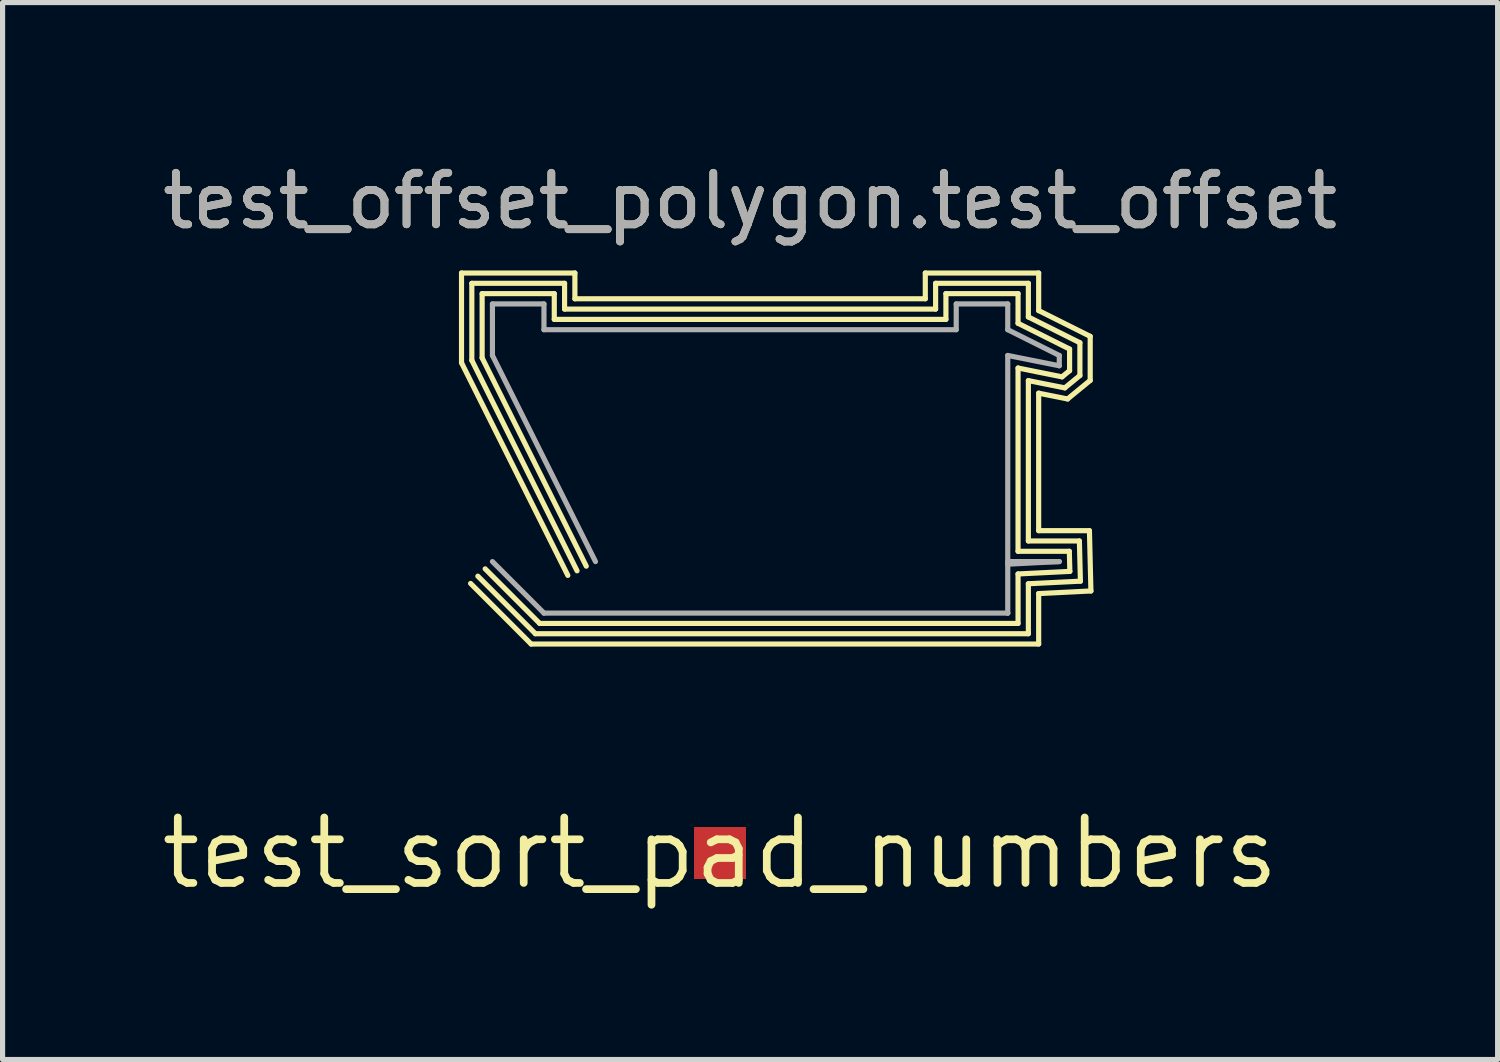
<source format=kicad_pcb>
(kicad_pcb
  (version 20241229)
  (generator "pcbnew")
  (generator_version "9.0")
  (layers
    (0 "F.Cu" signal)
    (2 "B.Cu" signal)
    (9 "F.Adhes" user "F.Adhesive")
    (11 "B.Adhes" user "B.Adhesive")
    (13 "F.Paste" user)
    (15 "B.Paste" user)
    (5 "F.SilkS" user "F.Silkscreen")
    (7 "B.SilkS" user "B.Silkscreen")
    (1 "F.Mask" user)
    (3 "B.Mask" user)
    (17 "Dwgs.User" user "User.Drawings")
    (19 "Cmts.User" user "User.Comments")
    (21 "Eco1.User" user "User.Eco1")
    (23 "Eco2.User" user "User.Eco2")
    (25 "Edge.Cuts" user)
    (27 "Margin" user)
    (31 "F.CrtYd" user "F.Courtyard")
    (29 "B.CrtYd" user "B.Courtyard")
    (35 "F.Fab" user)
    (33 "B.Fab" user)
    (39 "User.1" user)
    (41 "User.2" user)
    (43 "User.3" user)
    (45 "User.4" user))
  (footprint "test_offset_polygon.test_offset"
    (layer "F.Cu")
    (at 11.506 5.848)
    (property "Reference" "test_offset_polygon.test_offset" (at 0 -5 0) (layer "F.SilkS") (effects (font (size 1 1) (thickness 0.15))))
    (attr smd)
    (fp_line (start -5.6 -3.6) (end -3.4 -3.6) (stroke (width 0.1) (type solid)) (layer "F.SilkS"))
    (fp_line (start -5.6 -1.858) (end -5.6 -3.6) (stroke (width 0.1) (type solid)) (layer "F.SilkS"))
    (fp_line (start -5.4 -3.4) (end -3.6 -3.4) (stroke (width 0.1) (type solid)) (layer "F.SilkS"))
    (fp_line (start -5.4 -1.906) (end -5.4 -3.4) (stroke (width 0.1) (type solid)) (layer "F.SilkS"))
    (fp_line (start -5.2 -3.2) (end -3.8 -3.2) (stroke (width 0.1) (type solid)) (layer "F.SilkS"))
    (fp_line (start -5.2 -1.953) (end -5.2 -3.2) (stroke (width 0.1) (type solid)) (layer "F.SilkS"))
    (fp_line (start -4.249 3.6) (end -5.424 2.424) (stroke (width 0.1) (type solid)) (layer "F.SilkS"))
    (fp_line (start -4.166 3.4) (end -5.283 2.283) (stroke (width 0.1) (type solid)) (layer "F.SilkS"))
    (fp_line (start -4.083 3.2) (end -5.141 2.141) (stroke (width 0.1) (type solid)) (layer "F.SilkS"))
    (fp_line (start -3.8 -3.2) (end -3.8 -2.7) (stroke (width 0.1) (type solid)) (layer "F.SilkS"))
    (fp_line (start -3.8 -2.7) (end 3.8 -2.7) (stroke (width 0.1) (type solid)) (layer "F.SilkS"))
    (fp_line (start -3.6 -3.4) (end -3.6 -2.9) (stroke (width 0.1) (type solid)) (layer "F.SilkS"))
    (fp_line (start -3.6 -2.9) (end 3.6 -2.9) (stroke (width 0.1) (type solid)) (layer "F.SilkS"))
    (fp_line (start -3.537 2.268) (end -5.6 -1.858) (stroke (width 0.1) (type solid)) (layer "F.SilkS"))
    (fp_line (start -3.4 -3.6) (end -3.4 -3.1) (stroke (width 0.1) (type solid)) (layer "F.SilkS"))
    (fp_line (start -3.4 -3.1) (end 3.4 -3.1) (stroke (width 0.1) (type solid)) (layer "F.SilkS"))
    (fp_line (start -3.358 2.179) (end -5.4 -1.906) (stroke (width 0.1) (type solid)) (layer "F.SilkS"))
    (fp_line (start -3.179 2.089) (end -5.2 -1.953) (stroke (width 0.1) (type solid)) (layer "F.SilkS"))
    (fp_line (start 3.4 -3.6) (end 5.6 -3.6) (stroke (width 0.1) (type solid)) (layer "F.SilkS"))
    (fp_line (start 3.4 -3.1) (end 3.4 -3.6) (stroke (width 0.1) (type solid)) (layer "F.SilkS"))
    (fp_line (start 3.6 -3.4) (end 5.4 -3.4) (stroke (width 0.1) (type solid)) (layer "F.SilkS"))
    (fp_line (start 3.6 -2.9) (end 3.6 -3.4) (stroke (width 0.1) (type solid)) (layer "F.SilkS"))
    (fp_line (start 3.8 -3.2) (end 5.2 -3.2) (stroke (width 0.1) (type solid)) (layer "F.SilkS"))
    (fp_line (start 3.8 -2.7) (end 3.8 -3.2) (stroke (width 0.1) (type solid)) (layer "F.SilkS"))
    (fp_line (start 5.2 -3.2) (end 5.2 -2.624) (stroke (width 0.1) (type solid)) (layer "F.SilkS"))
    (fp_line (start 5.2 -2.624) (end 6.2 -2.124) (stroke (width 0.1) (type solid)) (layer "F.SilkS"))
    (fp_line (start 5.2 -1.756) (end 5.2 1.8) (stroke (width 0.1) (type solid)) (layer "F.SilkS"))
    (fp_line (start 5.2 1.8) (end 6.195 1.8) (stroke (width 0.1) (type solid)) (layer "F.SilkS"))
    (fp_line (start 5.2 2.24) (end 5.2 3.2) (stroke (width 0.1) (type solid)) (layer "F.SilkS"))
    (fp_line (start 5.2 3.2) (end -4.083 3.2) (stroke (width 0.1) (type solid)) (layer "F.SilkS"))
    (fp_line (start 5.4 -3.4) (end 5.4 -2.747) (stroke (width 0.1) (type solid)) (layer "F.SilkS"))
    (fp_line (start 5.4 -2.747) (end 6.4 -2.247) (stroke (width 0.1) (type solid)) (layer "F.SilkS"))
    (fp_line (start 5.4 -1.512) (end 5.4 1.6) (stroke (width 0.1) (type solid)) (layer "F.SilkS"))
    (fp_line (start 5.4 1.6) (end 6.39 1.6) (stroke (width 0.1) (type solid)) (layer "F.SilkS"))
    (fp_line (start 5.4 2.43) (end 5.4 3.4) (stroke (width 0.1) (type solid)) (layer "F.SilkS"))
    (fp_line (start 5.4 3.4) (end -4.166 3.4) (stroke (width 0.1) (type solid)) (layer "F.SilkS"))
    (fp_line (start 5.6 -3.6) (end 5.6 -2.871) (stroke (width 0.1) (type solid)) (layer "F.SilkS"))
    (fp_line (start 5.6 -2.871) (end 6.6 -2.371) (stroke (width 0.1) (type solid)) (layer "F.SilkS"))
    (fp_line (start 5.6 -1.268) (end 5.6 1.4) (stroke (width 0.1) (type solid)) (layer "F.SilkS"))
    (fp_line (start 5.6 1.4) (end 6.585 1.4) (stroke (width 0.1) (type solid)) (layer "F.SilkS"))
    (fp_line (start 5.6 2.621) (end 5.6 3.6) (stroke (width 0.1) (type solid)) (layer "F.SilkS"))
    (fp_line (start 5.6 3.6) (end -4.249 3.6) (stroke (width 0.1) (type solid)) (layer "F.SilkS"))
    (fp_line (start 6.054 -1.585) (end 5.2 -1.756) (stroke (width 0.1) (type solid)) (layer "F.SilkS"))
    (fp_line (start 6.107 -1.371) (end 5.4 -1.512) (stroke (width 0.1) (type solid)) (layer "F.SilkS"))
    (fp_line (start 6.161 -1.156) (end 5.6 -1.268) (stroke (width 0.1) (type solid)) (layer "F.SilkS"))
    (fp_line (start 6.195 1.8) (end 6.205 2.19) (stroke (width 0.1) (type solid)) (layer "F.SilkS"))
    (fp_line (start 6.2 -2.124) (end 6.2 -1.705) (stroke (width 0.1) (type solid)) (layer "F.SilkS"))
    (fp_line (start 6.2 -1.705) (end 6.054 -1.585) (stroke (width 0.1) (type solid)) (layer "F.SilkS"))
    (fp_line (start 6.205 2.19) (end 5.2 2.24) (stroke (width 0.1) (type solid)) (layer "F.SilkS"))
    (fp_line (start 6.39 1.6) (end 6.41 2.38) (stroke (width 0.1) (type solid)) (layer "F.SilkS"))
    (fp_line (start 6.4 -2.247) (end 6.4 -1.611) (stroke (width 0.1) (type solid)) (layer "F.SilkS"))
    (fp_line (start 6.4 -1.611) (end 6.107 -1.371) (stroke (width 0.1) (type solid)) (layer "F.SilkS"))
    (fp_line (start 6.41 2.38) (end 5.4 2.43) (stroke (width 0.1) (type solid)) (layer "F.SilkS"))
    (fp_line (start 6.585 1.4) (end 6.614 2.57) (stroke (width 0.1) (type solid)) (layer "F.SilkS"))
    (fp_line (start 6.6 -2.371) (end 6.6 -1.516) (stroke (width 0.1) (type solid)) (layer "F.SilkS"))
    (fp_line (start 6.6 -1.516) (end 6.161 -1.156) (stroke (width 0.1) (type solid)) (layer "F.SilkS"))
    (fp_line (start 6.614 2.57) (end 5.6 2.621) (stroke (width 0.1) (type solid)) (layer "F.SilkS"))
    (fp_line (start -5 -3) (end -4 -3) (stroke (width 0.1) (type solid)) (layer "F.Fab"))
    (fp_line (start -5 -2) (end -5 -3) (stroke (width 0.1) (type solid)) (layer "F.Fab"))
    (fp_line (start -4 -3) (end -4 -2.5) (stroke (width 0.1) (type solid)) (layer "F.Fab"))
    (fp_line (start -4 -2.5) (end 4 -2.5) (stroke (width 0.1) (type solid)) (layer "F.Fab"))
    (fp_line (start -4 3) (end -5 2) (stroke (width 0.1) (type solid)) (layer "F.Fab"))
    (fp_line (start -3 2) (end -5 -2) (stroke (width 0.1) (type solid)) (layer "F.Fab"))
    (fp_line (start 4 -3) (end 5 -3) (stroke (width 0.1) (type solid)) (layer "F.Fab"))
    (fp_line (start 4 -2.5) (end 4 -3) (stroke (width 0.1) (type solid)) (layer "F.Fab"))
    (fp_line (start 5 -3) (end 5 -2.5) (stroke (width 0.1) (type solid)) (layer "F.Fab"))
    (fp_line (start 5 -2.5) (end 6 -2) (stroke (width 0.1) (type solid)) (layer "F.Fab"))
    (fp_line (start 5 -2) (end 5 2) (stroke (width 0.1) (type solid)) (layer "F.Fab"))
    (fp_line (start 5 2) (end 6 2) (stroke (width 0.1) (type solid)) (layer "F.Fab"))
    (fp_line (start 5 2.05) (end 5 3) (stroke (width 0.1) (type solid)) (layer "F.Fab"))
    (fp_line (start 5 3) (end -4 3) (stroke (width 0.1) (type solid)) (layer "F.Fab"))
    (fp_line (start 5 3) (end 5 3) (stroke (width 0.1) (type solid)) (layer "F.Fab"))
    (fp_line (start 6 -2) (end 6 -1.8) (stroke (width 0.1) (type solid)) (layer "F.Fab"))
    (fp_line (start 6 -1.8) (end 5 -2) (stroke (width 0.1) (type solid)) (layer "F.Fab"))
    (fp_line (start 6 2) (end 5 2.05) (stroke (width 0.1) (type solid)) (layer "F.Fab"))
    (fp_text user "${REFERENCE}" (at 0 -5 0) (layer "F.Fab") (effects (font (size 1 1) (thickness 0.15)))))
  (footprint "test_sort_pad_numbers"
    (layer "F.Cu")
    (at 10.923 13.504)
    (property "Reference" "test_sort_pad_numbers" (at 0 0 0) (layer "F.SilkS") (effects (font (size 1.27 1.27) (thickness 0.15))))
    (attr smd)
    (pad "" smd rect (at 0 0) (size 1 1) (layers "F.Cu"))
    (pad "1" smd rect (at 0 0) (size 1 1) (layers "F.Cu"))
    (pad "2" smd rect (at 0 0) (size 1 1) (layers "F.Cu"))
    (pad "a1" smd rect (at 0 0) (size 1 1) (layers "F.Cu"))
    (pad "a2" smd rect (at 0 0) (size 1 1) (layers "F.Cu"))
    (pad "a10" smd rect (at 0 0) (size 1 1) (layers "F.Cu")))
  (gr_rect
    (start -3 -3)
    (end 26.012 17.511)
    (stroke (width 0.1) (type default))
    (fill no)
    (layer "Edge.Cuts")))
</source>
